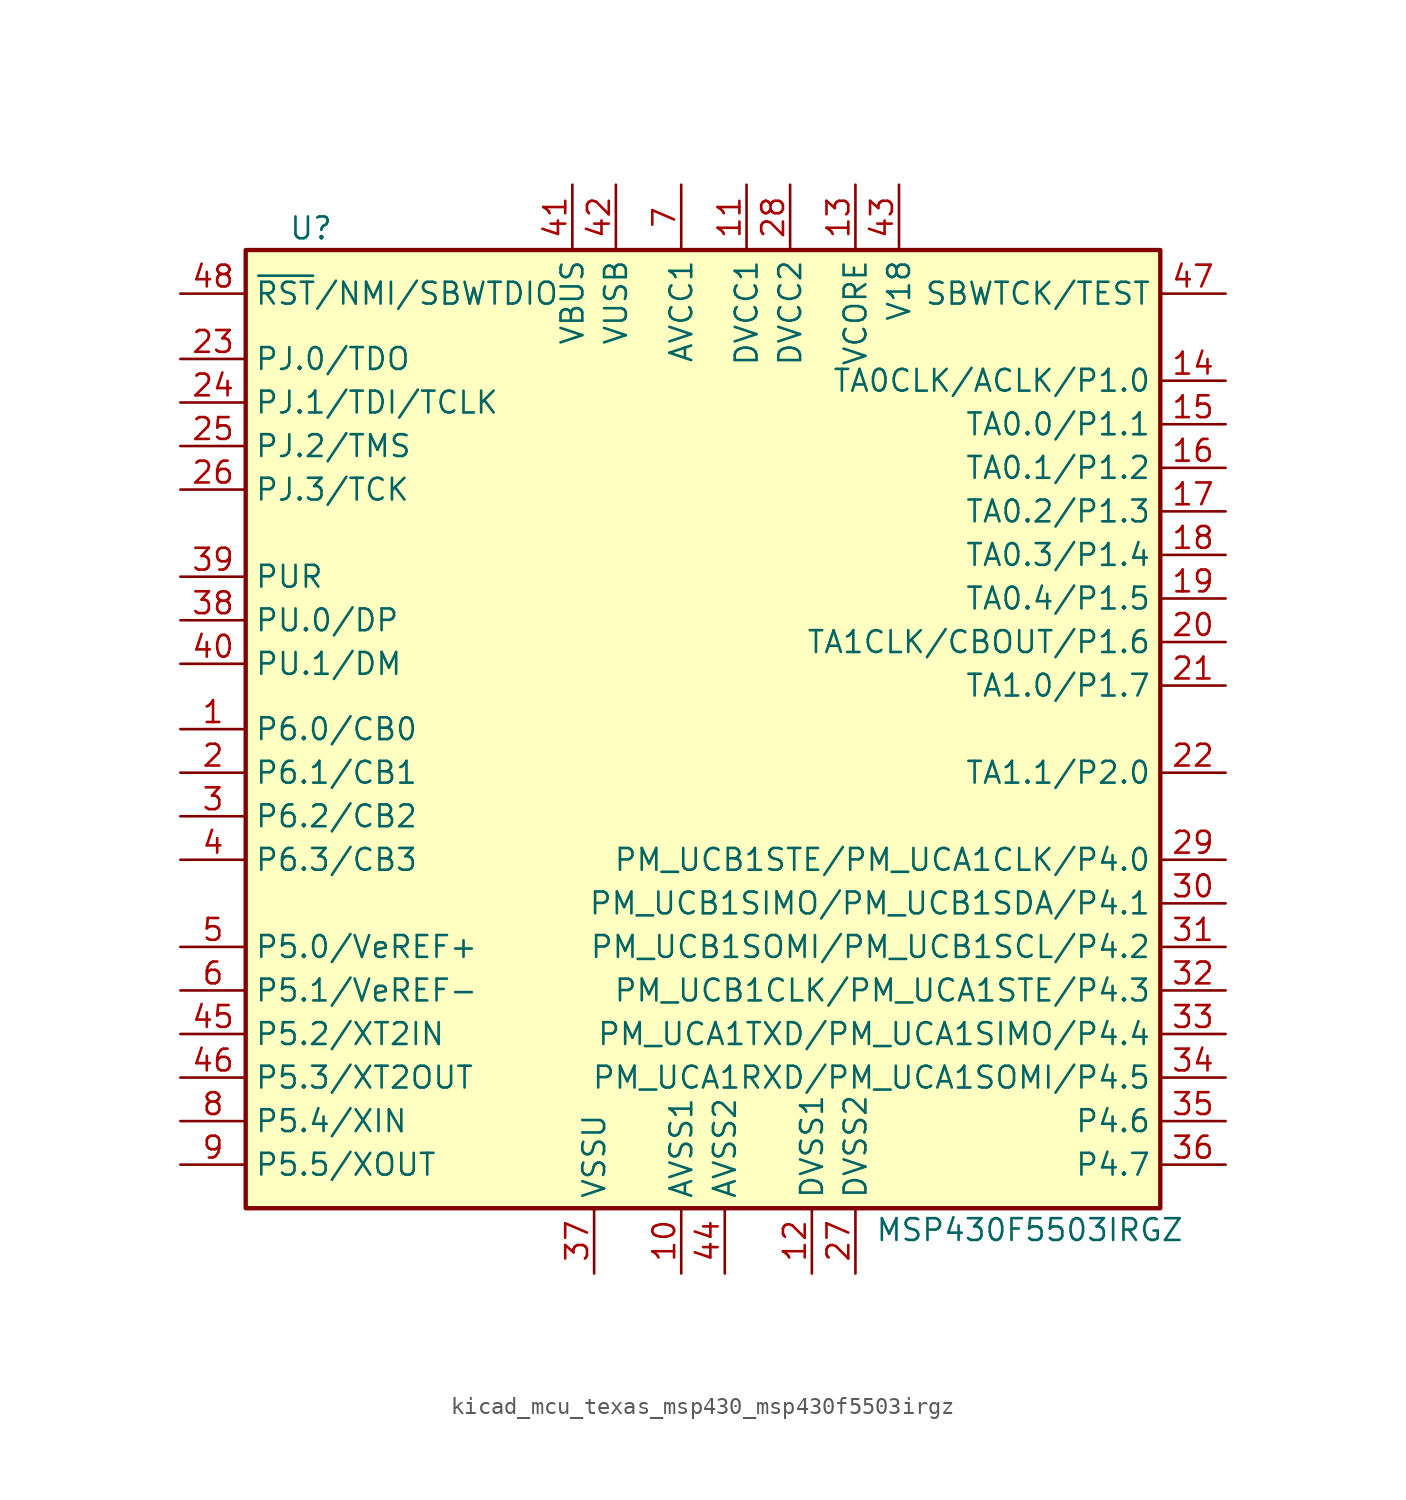
<source format=kicad_sym>
(kicad_symbol_lib
  (version 20220914)
  (generator kicad_symbol_editor)
  (symbol "kicad_mcu_texas_msp430_msp430f5503irgz"
    (property "Reference" "U"
      (at -22.86 29.21 0)
      (effects (font (size 1.27 1.27))))
    (property "Value" "MSP430F5503IRGZ"
      (at 19.05 -29.21 0)
      (effects (font (size 1.27 1.27))))
    (symbol "kicad_mcu_texas_msp430_msp430f5503irgz_0_1"
      (rectangle (start -26.67 27.94) (end 26.67 -27.94) (stroke (width 0.254) (type default)) (fill (type background))))
    (symbol "kicad_mcu_texas_msp430_msp430f5503irgz_1_1"
      (pin bidirectional line (at -30.48 0 0) (length 3.81) (name "P6.0/CB0" (effects (font (size 1.27 1.27)))) (number "1" (effects (font (size 1.27 1.27)))))
      (pin power_in line (at -1.27 -31.75 90) (length 3.81) (name "AVSS1" (effects (font (size 1.27 1.27)))) (number "10" (effects (font (size 1.27 1.27)))))
      (pin power_in line (at 2.54 31.75 270) (length 3.81) (name "DVCC1" (effects (font (size 1.27 1.27)))) (number "11" (effects (font (size 1.27 1.27)))))
      (pin power_in line (at 6.35 -31.75 90) (length 3.81) (name "DVSS1" (effects (font (size 1.27 1.27)))) (number "12" (effects (font (size 1.27 1.27)))))
      (pin passive line (at 8.89 31.75 270) (length 3.81) (name "VCORE" (effects (font (size 1.27 1.27)))) (number "13" (effects (font (size 1.27 1.27)))))
      (pin bidirectional line (at 30.48 20.32 180) (length 3.81) (name "TA0CLK/ACLK/P1.0" (effects (font (size 1.27 1.27)))) (number "14" (effects (font (size 1.27 1.27)))))
      (pin bidirectional line (at 30.48 17.78 180) (length 3.81) (name "TA0.0/P1.1" (effects (font (size 1.27 1.27)))) (number "15" (effects (font (size 1.27 1.27)))))
      (pin bidirectional line (at 30.48 15.24 180) (length 3.81) (name "TA0.1/P1.2" (effects (font (size 1.27 1.27)))) (number "16" (effects (font (size 1.27 1.27)))))
      (pin bidirectional line (at 30.48 12.7 180) (length 3.81) (name "TA0.2/P1.3" (effects (font (size 1.27 1.27)))) (number "17" (effects (font (size 1.27 1.27)))))
      (pin bidirectional line (at 30.48 10.16 180) (length 3.81) (name "TA0.3/P1.4" (effects (font (size 1.27 1.27)))) (number "18" (effects (font (size 1.27 1.27)))))
      (pin bidirectional line (at 30.48 7.62 180) (length 3.81) (name "TA0.4/P1.5" (effects (font (size 1.27 1.27)))) (number "19" (effects (font (size 1.27 1.27)))))
      (pin bidirectional line (at -30.48 -2.54 0) (length 3.81) (name "P6.1/CB1" (effects (font (size 1.27 1.27)))) (number "2" (effects (font (size 1.27 1.27)))))
      (pin bidirectional line (at 30.48 5.08 180) (length 3.81) (name "TA1CLK/CBOUT/P1.6" (effects (font (size 1.27 1.27)))) (number "20" (effects (font (size 1.27 1.27)))))
      (pin bidirectional line (at 30.48 2.54 180) (length 3.81) (name "TA1.0/P1.7" (effects (font (size 1.27 1.27)))) (number "21" (effects (font (size 1.27 1.27)))))
      (pin bidirectional line (at 30.48 -2.54 180) (length 3.81) (name "TA1.1/P2.0" (effects (font (size 1.27 1.27)))) (number "22" (effects (font (size 1.27 1.27)))))
      (pin bidirectional line (at -30.48 21.59 0) (length 3.81) (name "PJ.0/TDO" (effects (font (size 1.27 1.27)))) (number "23" (effects (font (size 1.27 1.27)))))
      (pin bidirectional line (at -30.48 19.05 0) (length 3.81) (name "PJ.1/TDI/TCLK" (effects (font (size 1.27 1.27)))) (number "24" (effects (font (size 1.27 1.27)))))
      (pin bidirectional line (at -30.48 16.51 0) (length 3.81) (name "PJ.2/TMS" (effects (font (size 1.27 1.27)))) (number "25" (effects (font (size 1.27 1.27)))))
      (pin bidirectional line (at -30.48 13.97 0) (length 3.81) (name "PJ.3/TCK" (effects (font (size 1.27 1.27)))) (number "26" (effects (font (size 1.27 1.27)))))
      (pin power_in line (at 8.89 -31.75 90) (length 3.81) (name "DVSS2" (effects (font (size 1.27 1.27)))) (number "27" (effects (font (size 1.27 1.27)))))
      (pin power_in line (at 5.08 31.75 270) (length 3.81) (name "DVCC2" (effects (font (size 1.27 1.27)))) (number "28" (effects (font (size 1.27 1.27)))))
      (pin bidirectional line (at 30.48 -7.62 180) (length 3.81) (name "PM_UCB1STE/PM_UCA1CLK/P4.0" (effects (font (size 1.27 1.27)))) (number "29" (effects (font (size 1.27 1.27)))))
      (pin bidirectional line (at -30.48 -5.08 0) (length 3.81) (name "P6.2/CB2" (effects (font (size 1.27 1.27)))) (number "3" (effects (font (size 1.27 1.27)))))
      (pin bidirectional line (at 30.48 -10.16 180) (length 3.81) (name "PM_UCB1SIMO/PM_UCB1SDA/P4.1" (effects (font (size 1.27 1.27)))) (number "30" (effects (font (size 1.27 1.27)))))
      (pin bidirectional line (at 30.48 -12.7 180) (length 3.81) (name "PM_UCB1SOMI/PM_UCB1SCL/P4.2" (effects (font (size 1.27 1.27)))) (number "31" (effects (font (size 1.27 1.27)))))
      (pin bidirectional line (at 30.48 -15.24 180) (length 3.81) (name "PM_UCB1CLK/PM_UCA1STE/P4.3" (effects (font (size 1.27 1.27)))) (number "32" (effects (font (size 1.27 1.27)))))
      (pin bidirectional line (at 30.48 -17.78 180) (length 3.81) (name "PM_UCA1TXD/PM_UCA1SIMO/P4.4" (effects (font (size 1.27 1.27)))) (number "33" (effects (font (size 1.27 1.27)))))
      (pin bidirectional line (at 30.48 -20.32 180) (length 3.81) (name "PM_UCA1RXD/PM_UCA1SOMI/P4.5" (effects (font (size 1.27 1.27)))) (number "34" (effects (font (size 1.27 1.27)))))
      (pin bidirectional line (at 30.48 -22.86 180) (length 3.81) (name "P4.6" (effects (font (size 1.27 1.27)))) (number "35" (effects (font (size 1.27 1.27)))))
      (pin bidirectional line (at 30.48 -25.4 180) (length 3.81) (name "P4.7" (effects (font (size 1.27 1.27)))) (number "36" (effects (font (size 1.27 1.27)))))
      (pin power_in line (at -6.35 -31.75 90) (length 3.81) (name "VSSU" (effects (font (size 1.27 1.27)))) (number "37" (effects (font (size 1.27 1.27)))))
      (pin bidirectional line (at -30.48 6.35 0) (length 3.81) (name "PU.0/DP" (effects (font (size 1.27 1.27)))) (number "38" (effects (font (size 1.27 1.27)))))
      (pin bidirectional line (at -30.48 8.89 0) (length 3.81) (name "PUR" (effects (font (size 1.27 1.27)))) (number "39" (effects (font (size 1.27 1.27)))))
      (pin bidirectional line (at -30.48 -7.62 0) (length 3.81) (name "P6.3/CB3" (effects (font (size 1.27 1.27)))) (number "4" (effects (font (size 1.27 1.27)))))
      (pin bidirectional line (at -30.48 3.81 0) (length 3.81) (name "PU.1/DM" (effects (font (size 1.27 1.27)))) (number "40" (effects (font (size 1.27 1.27)))))
      (pin power_in line (at -7.62 31.75 270) (length 3.81) (name "VBUS" (effects (font (size 1.27 1.27)))) (number "41" (effects (font (size 1.27 1.27)))))
      (pin power_out line (at -5.08 31.75 270) (length 3.81) (name "VUSB" (effects (font (size 1.27 1.27)))) (number "42" (effects (font (size 1.27 1.27)))))
      (pin passive line (at 11.43 31.75 270) (length 3.81) (name "V18" (effects (font (size 1.27 1.27)))) (number "43" (effects (font (size 1.27 1.27)))))
      (pin power_in line (at 1.27 -31.75 90) (length 3.81) (name "AVSS2" (effects (font (size 1.27 1.27)))) (number "44" (effects (font (size 1.27 1.27)))))
      (pin bidirectional line (at -30.48 -17.78 0) (length 3.81) (name "P5.2/XT2IN" (effects (font (size 1.27 1.27)))) (number "45" (effects (font (size 1.27 1.27)))))
      (pin bidirectional line (at -30.48 -20.32 0) (length 3.81) (name "P5.3/XT2OUT" (effects (font (size 1.27 1.27)))) (number "46" (effects (font (size 1.27 1.27)))))
      (pin input line (at 30.48 25.4 180) (length 3.81) (name "SBWTCK/TEST" (effects (font (size 1.27 1.27)))) (number "47" (effects (font (size 1.27 1.27)))))
      (pin input line (at -30.48 25.4 0) (length 3.81) (name "~{RST}/NMI/SBWTDIO" (effects (font (size 1.27 1.27)))) (number "48" (effects (font (size 1.27 1.27)))))
      (pin bidirectional line (at -30.48 -12.7 0) (length 3.81) (name "P5.0/VeREF+" (effects (font (size 1.27 1.27)))) (number "5" (effects (font (size 1.27 1.27)))))
      (pin bidirectional line (at -30.48 -15.24 0) (length 3.81) (name "P5.1/VeREF-" (effects (font (size 1.27 1.27)))) (number "6" (effects (font (size 1.27 1.27)))))
      (pin power_in line (at -1.27 31.75 270) (length 3.81) (name "AVCC1" (effects (font (size 1.27 1.27)))) (number "7" (effects (font (size 1.27 1.27)))))
      (pin bidirectional line (at -30.48 -22.86 0) (length 3.81) (name "P5.4/XIN" (effects (font (size 1.27 1.27)))) (number "8" (effects (font (size 1.27 1.27)))))
      (pin bidirectional line (at -30.48 -25.4 0) (length 3.81) (name "P5.5/XOUT" (effects (font (size 1.27 1.27)))) (number "9" (effects (font (size 1.27 1.27))))))))
</source>
